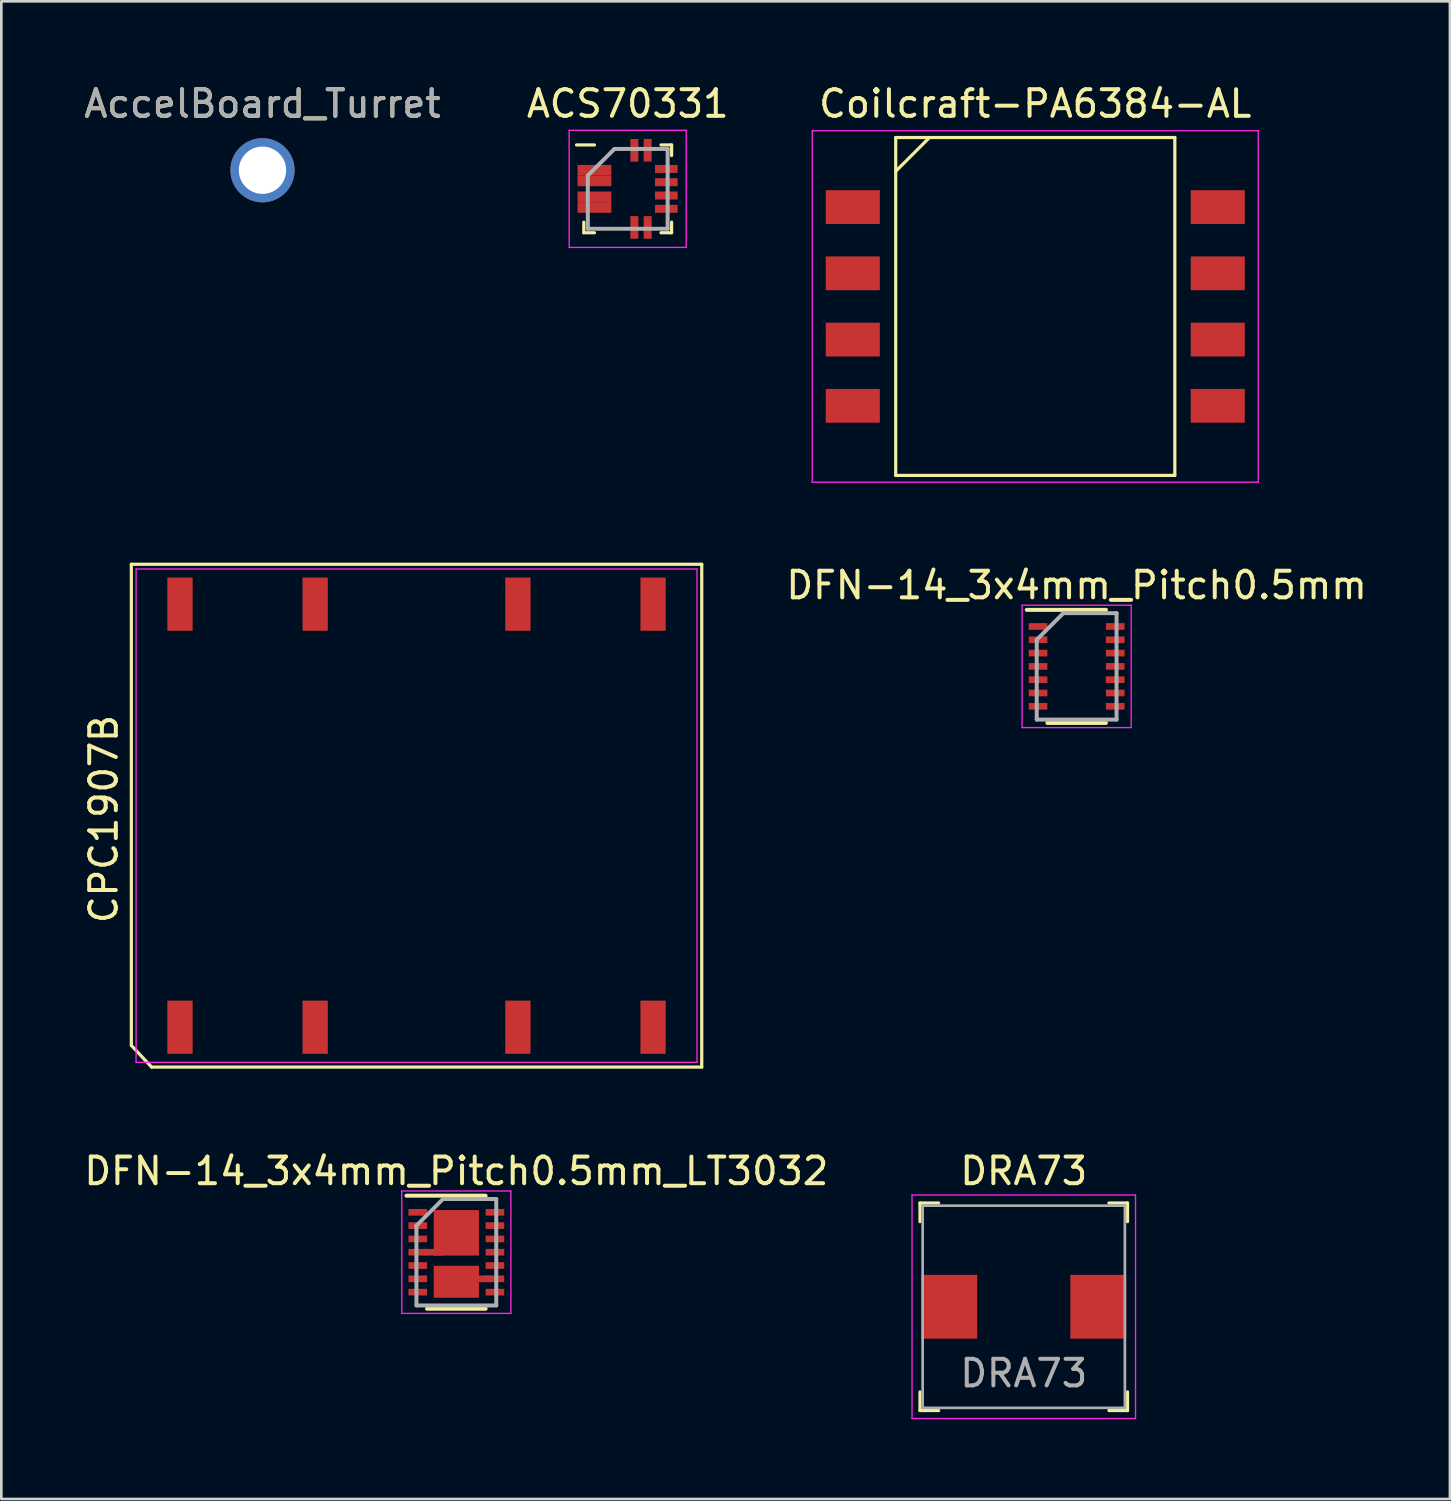
<source format=kicad_pcb>
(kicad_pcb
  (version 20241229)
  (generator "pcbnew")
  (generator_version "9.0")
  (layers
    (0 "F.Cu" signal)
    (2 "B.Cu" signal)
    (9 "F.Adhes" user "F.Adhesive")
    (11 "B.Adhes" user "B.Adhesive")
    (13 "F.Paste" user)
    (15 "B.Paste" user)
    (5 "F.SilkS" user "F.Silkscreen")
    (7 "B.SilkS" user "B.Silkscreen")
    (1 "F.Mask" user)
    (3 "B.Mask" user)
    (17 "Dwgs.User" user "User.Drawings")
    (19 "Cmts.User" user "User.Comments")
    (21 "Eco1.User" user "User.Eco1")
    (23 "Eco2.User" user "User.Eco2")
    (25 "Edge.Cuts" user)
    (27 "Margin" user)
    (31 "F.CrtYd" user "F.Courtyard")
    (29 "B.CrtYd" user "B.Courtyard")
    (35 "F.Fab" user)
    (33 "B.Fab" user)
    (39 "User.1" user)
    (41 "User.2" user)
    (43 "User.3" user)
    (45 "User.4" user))
  (footprint "Coilcraft-PA6384-AL"
    (layer "F.Cu")
    (at 35.859 8.468)
    (property "Reference" "Coilcraft-PA6384-AL" (at 0 -7.62 0) (layer "F.SilkS") (effects (font (size 1 1) (thickness 0.15))))
    (attr smd)
    (fp_line (start -5.245 -6.35) (end 5.245 -6.35) (stroke (width 0.12) (type solid)) (layer "F.SilkS"))
    (fp_line (start -5.245 -5.08) (end -3.975 -6.35) (stroke (width 0.12) (type solid)) (layer "F.SilkS"))
    (fp_line (start -5.245 6.35) (end -5.245 -6.35) (stroke (width 0.12) (type solid)) (layer "F.SilkS"))
    (fp_line (start 5.245 -6.35) (end 5.245 6.35) (stroke (width 0.12) (type solid)) (layer "F.SilkS"))
    (fp_line (start 5.245 6.35) (end -5.245 6.35) (stroke (width 0.12) (type solid)) (layer "F.SilkS"))
    (fp_line (start -8.382 -6.604) (end 8.382 -6.604) (stroke (width 0.05) (type solid)) (layer "F.CrtYd"))
    (fp_line (start -8.382 6.604) (end -8.382 -6.604) (stroke (width 0.05) (type solid)) (layer "F.CrtYd"))
    (fp_line (start 8.382 -6.604) (end 8.382 6.604) (stroke (width 0.05) (type solid)) (layer "F.CrtYd"))
    (fp_line (start 8.382 6.604) (end -8.382 6.604) (stroke (width 0.05) (type solid)) (layer "F.CrtYd"))
    (pad "1" smd rect (at -6.858 -3.734 270) (size 1.27 2.032) (layers "F.Cu" "F.Mask" "F.Paste"))
    (pad "2" smd rect (at -6.858 -1.245 270) (size 1.27 2.032) (layers "F.Cu" "F.Mask" "F.Paste"))
    (pad "3" smd rect (at -6.858 1.245 270) (size 1.27 2.032) (layers "F.Cu" "F.Mask" "F.Paste"))
    (pad "4" smd rect (at -6.858 3.734 270) (size 1.27 2.032) (layers "F.Cu" "F.Mask" "F.Paste"))
    (pad "5" smd rect (at 6.858 3.734 270) (size 1.27 2.032) (layers "F.Cu" "F.Mask" "F.Paste"))
    (pad "6" smd rect (at 6.858 1.245 270) (size 1.27 2.032) (layers "F.Cu" "F.Mask" "F.Paste"))
    (pad "7" smd rect (at 6.858 -1.245 270) (size 1.27 2.032) (layers "F.Cu" "F.Mask" "F.Paste"))
    (pad "8" smd rect (at 6.858 -3.734 270) (size 1.27 2.032) (layers "F.Cu" "F.Mask" "F.Paste")))
  (footprint "DRA73"
    (layer "F.Cu")
    (at 35.427 46.063)
    (property "Reference" "DRA73" (at 0 -5.1 0) (unlocked yes) (layer "F.SilkS") (effects (font (size 1 1) (thickness 0.15))))
    (attr smd)
    (fp_line (start -3.9 -3.9) (end -3.9 -3.2) (stroke (width 0.12) (type solid)) (layer "F.SilkS"))
    (fp_line (start -3.9 -3.9) (end -3.2 -3.9) (stroke (width 0.12) (type solid)) (layer "F.SilkS"))
    (fp_line (start -3.9 3.2) (end -3.9 3.9) (stroke (width 0.12) (type solid)) (layer "F.SilkS"))
    (fp_line (start -3.9 3.9) (end -3.2 3.9) (stroke (width 0.12) (type solid)) (layer "F.SilkS"))
    (fp_line (start 3.2 -3.9) (end 3.9 -3.9) (stroke (width 0.12) (type solid)) (layer "F.SilkS"))
    (fp_line (start 3.9 -3.9) (end 3.9 -3.2) (stroke (width 0.12) (type solid)) (layer "F.SilkS"))
    (fp_line (start 3.9 3.2) (end 3.9 3.9) (stroke (width 0.12) (type solid)) (layer "F.SilkS"))
    (fp_line (start 3.9 3.9) (end 3.2 3.9) (stroke (width 0.12) (type solid)) (layer "F.SilkS"))
    (fp_line (start -4.2 -4.2) (end -4.2 4.2) (stroke (width 0.05) (type solid)) (layer "F.CrtYd"))
    (fp_line (start -4.2 4.2) (end 4.2 4.2) (stroke (width 0.05) (type solid)) (layer "F.CrtYd"))
    (fp_line (start 4.2 -4.2) (end -4.2 -4.2) (stroke (width 0.05) (type solid)) (layer "F.CrtYd"))
    (fp_line (start 4.2 4.2) (end 4.2 -4.2) (stroke (width 0.05) (type solid)) (layer "F.CrtYd"))
    (fp_line (start -3.8 -3.8) (end -3.8 3.8) (stroke (width 0.1) (type solid)) (layer "F.Fab"))
    (fp_line (start -3.8 3.8) (end 3.8 3.8) (stroke (width 0.1) (type solid)) (layer "F.Fab"))
    (fp_line (start 3.8 -3.8) (end -3.8 -3.8) (stroke (width 0.1) (type solid)) (layer "F.Fab"))
    (fp_line (start 3.8 3.8) (end 3.8 -3.8) (stroke (width 0.1) (type solid)) (layer "F.Fab"))
    (fp_text user "${REFERENCE}" (at 0 2.5 0) (unlocked yes) (layer "F.Fab") (effects (font (size 1 1) (thickness 0.15))))
    (pad "1" smd rect (at -2.8 0) (size 2.1 2.4) (layers "F.Cu" "F.Mask" "F.Paste"))
    (pad "2" smd rect (at 2.8 0) (size 2.1 2.4) (layers "F.Cu" "F.Mask" "F.Paste")))
  (footprint "DFN-14_3x4mm_Pitch0.5mm"
    (layer "F.Cu")
    (at 37.414 21.995)
    (property "Reference" "DFN-14_3x4mm_Pitch0.5mm" (at 0 -3.05 0) (layer "F.SilkS") (effects (font (size 1 1) (thickness 0.15))))
    (attr smd)
    (fp_line (start -1.875 -2.125) (end 1.1 -2.125) (stroke (width 0.15) (type solid)) (layer "F.SilkS"))
    (fp_line (start -1.1 2.125) (end 1.1 2.125) (stroke (width 0.15) (type solid)) (layer "F.SilkS"))
    (fp_line (start -2.05 -2.3) (end -2.05 2.3) (stroke (width 0.05) (type solid)) (layer "F.CrtYd"))
    (fp_line (start -2.05 -2.3) (end 2.05 -2.3) (stroke (width 0.05) (type solid)) (layer "F.CrtYd"))
    (fp_line (start -2.05 2.3) (end 2.05 2.3) (stroke (width 0.05) (type solid)) (layer "F.CrtYd"))
    (fp_line (start 2.05 -2.3) (end 2.05 2.3) (stroke (width 0.05) (type solid)) (layer "F.CrtYd"))
    (fp_line (start -1.5 -1) (end -0.5 -2) (stroke (width 0.15) (type solid)) (layer "F.Fab"))
    (fp_line (start -1.5 2) (end -1.5 -1) (stroke (width 0.15) (type solid)) (layer "F.Fab"))
    (fp_line (start -0.5 -2) (end 1.5 -2) (stroke (width 0.15) (type solid)) (layer "F.Fab"))
    (fp_line (start 1.5 -2) (end 1.5 2) (stroke (width 0.15) (type solid)) (layer "F.Fab"))
    (fp_line (start 1.5 2) (end -1.5 2) (stroke (width 0.15) (type solid)) (layer "F.Fab"))
    (pad "1" smd rect (at -1.45 -1.5) (size 0.7 0.25) (layers "F.Cu" "F.Mask" "F.Paste"))
    (pad "2" smd rect (at -1.45 -1) (size 0.7 0.25) (layers "F.Cu" "F.Mask" "F.Paste"))
    (pad "3" smd rect (at -1.45 -0.5) (size 0.7 0.25) (layers "F.Cu" "F.Mask" "F.Paste"))
    (pad "4" smd rect (at -1.45 0) (size 0.7 0.25) (layers "F.Cu" "F.Mask" "F.Paste"))
    (pad "5" smd rect (at -1.45 0.5) (size 0.7 0.25) (layers "F.Cu" "F.Mask" "F.Paste"))
    (pad "6" smd rect (at -1.45 1) (size 0.7 0.25) (layers "F.Cu" "F.Mask" "F.Paste"))
    (pad "7" smd rect (at -1.45 1.5) (size 0.7 0.25) (layers "F.Cu" "F.Mask" "F.Paste"))
    (pad "8" smd rect (at 1.45 1.5) (size 0.7 0.25) (layers "F.Cu" "F.Mask" "F.Paste"))
    (pad "9" smd rect (at 1.45 1) (size 0.7 0.25) (layers "F.Cu" "F.Mask" "F.Paste"))
    (pad "10" smd rect (at 1.45 0.5) (size 0.7 0.25) (layers "F.Cu" "F.Mask" "F.Paste"))
    (pad "11" smd rect (at 1.45 0) (size 0.7 0.25) (layers "F.Cu" "F.Mask" "F.Paste"))
    (pad "12" smd rect (at 1.45 -0.5) (size 0.7 0.25) (layers "F.Cu" "F.Mask" "F.Paste"))
    (pad "13" smd rect (at 1.45 -1) (size 0.7 0.25) (layers "F.Cu" "F.Mask" "F.Paste"))
    (pad "14" smd rect (at 1.45 -1.5) (size 0.7 0.25) (layers "F.Cu" "F.Mask" "F.Paste")))
  (footprint "AccelBoard_Turret"
    (layer "F.Cu")
    (at 6.815 3.348)
    (property "Reference" "AccelBoard_Turret" (at 0 -2.5 0) (layer "F.SilkS") (effects (font (size 1 1) (thickness 0.15))))
    (attr exclude_from_pos_files exclude_from_bom)
    (fp_text user "${REFERENCE}" (at 0 -2.5 0) (layer "F.Fab") (effects (font (size 1 1) (thickness 0.15))))
    (pad "1" thru_hole circle (at 0 0) (size 2.413 2.413) (drill 1.778) (layers "*.Cu" "*.Mask")))
  (footprint "ACS70331"
    (layer "F.Cu")
    (at 20.542 4.048)
    (property "Reference" "ACS70331" (at 0 -3.2 0) (layer "F.SilkS") (effects (font (size 1 1) (thickness 0.15))))
    (attr smd)
    (fp_line (start -1.65 1.65) (end -1.65 1.25) (stroke (width 0.12) (type solid)) (layer "F.SilkS"))
    (fp_line (start -1.25 -1.65) (end -1.925 -1.65) (stroke (width 0.12) (type solid)) (layer "F.SilkS"))
    (fp_line (start -1.25 1.65) (end -1.65 1.65) (stroke (width 0.12) (type solid)) (layer "F.SilkS"))
    (fp_line (start 1.25 -1.65) (end 1.65 -1.65) (stroke (width 0.12) (type solid)) (layer "F.SilkS"))
    (fp_line (start 1.25 1.65) (end 1.65 1.65) (stroke (width 0.12) (type solid)) (layer "F.SilkS"))
    (fp_line (start 1.65 -1.65) (end 1.65 -1.25) (stroke (width 0.12) (type solid)) (layer "F.SilkS"))
    (fp_line (start 1.65 1.65) (end 1.65 1.25) (stroke (width 0.12) (type solid)) (layer "F.SilkS"))
    (fp_line (start -2.2 -2.2) (end 2.2 -2.2) (stroke (width 0.05) (type solid)) (layer "F.CrtYd"))
    (fp_line (start -2.2 2.2) (end -2.2 -2.2) (stroke (width 0.05) (type solid)) (layer "F.CrtYd"))
    (fp_line (start 2.2 -2.2) (end 2.2 2.2) (stroke (width 0.05) (type solid)) (layer "F.CrtYd"))
    (fp_line (start 2.2 2.2) (end -2.2 2.2) (stroke (width 0.05) (type solid)) (layer "F.CrtYd"))
    (fp_line (start -1.5 -0.5) (end -1.5 1.5) (stroke (width 0.15) (type solid)) (layer "F.Fab"))
    (fp_line (start -1.5 1.5) (end 1.5 1.5) (stroke (width 0.15) (type solid)) (layer "F.Fab"))
    (fp_line (start -0.5 -1.5) (end -1.5 -0.5) (stroke (width 0.15) (type solid)) (layer "F.Fab"))
    (fp_line (start 1.5 -1.5) (end -0.5 -1.5) (stroke (width 0.15) (type solid)) (layer "F.Fab"))
    (fp_line (start 1.5 1.5) (end 1.5 -1.5) (stroke (width 0.15) (type solid)) (layer "F.Fab"))
    (pad "1" smd rect (at -1.25 -0.7 90) (size 0.4 1.27) (layers "F.Cu" "F.Mask" "F.Paste"))
    (pad "2" smd rect (at -1.25 -0.3 90) (size 0.4 1.27) (layers "F.Cu" "F.Mask" "F.Paste"))
    (pad "3" smd rect (at -1.25 0.3 90) (size 0.4 1.27) (layers "F.Cu" "F.Mask" "F.Paste"))
    (pad "4" smd rect (at -1.25 0.7 90) (size 0.4 1.27) (layers "F.Cu" "F.Mask" "F.Paste"))
    (pad "5" smd rect (at 0.25 1.45) (size 0.3 0.85) (layers "F.Cu" "F.Mask" "F.Paste"))
    (pad "6" smd rect (at 0.75 1.45) (size 0.3 0.85) (layers "F.Cu" "F.Mask" "F.Paste"))
    (pad "7" smd rect (at 1.45 0.75 90) (size 0.3 0.85) (layers "F.Cu" "F.Mask" "F.Paste"))
    (pad "8" smd rect (at 1.45 0.25 90) (size 0.3 0.85) (layers "F.Cu" "F.Mask" "F.Paste"))
    (pad "9" smd rect (at 1.45 -0.25 90) (size 0.3 0.85) (layers "F.Cu" "F.Mask" "F.Paste"))
    (pad "10" smd rect (at 1.45 -0.75 90) (size 0.3 0.85) (layers "F.Cu" "F.Mask" "F.Paste"))
    (pad "11" smd rect (at 0.75 -1.45) (size 0.3 0.85) (layers "F.Cu" "F.Mask" "F.Paste"))
    (pad "12" smd rect (at 0.25 -1.45) (size 0.3 0.85) (layers "F.Cu" "F.Mask" "F.Paste")))
  (footprint "CPC1907B"
    (layer "F.Cu")
    (at 12.605 27.606)
    (property "Reference" "CPC1907B" (at -11.757 0.127 90) (layer "F.SilkS") (effects (font (size 1 1) (thickness 0.15))))
    (attr smd)
    (fp_line (start -10.719 -9.449) (end 10.719 -9.449) (stroke (width 0.12) (type solid)) (layer "F.SilkS"))
    (fp_line (start -10.719 8.636) (end -10.719 -9.449) (stroke (width 0.12) (type solid)) (layer "F.SilkS"))
    (fp_line (start -9.957 9.449) (end -10.719 8.636) (stroke (width 0.12) (type solid)) (layer "F.SilkS"))
    (fp_line (start 10.719 -9.449) (end 10.719 9.449) (stroke (width 0.12) (type solid)) (layer "F.SilkS"))
    (fp_line (start 10.719 9.449) (end -9.957 9.449) (stroke (width 0.12) (type solid)) (layer "F.SilkS"))
    (fp_line (start -10.541 -9.271) (end 10.541 -9.271) (stroke (width 0.05) (type solid)) (layer "F.CrtYd"))
    (fp_line (start -10.541 9.271) (end -10.541 -9.271) (stroke (width 0.05) (type solid)) (layer "F.CrtYd"))
    (fp_line (start 10.541 -9.271) (end 10.541 9.271) (stroke (width 0.05) (type solid)) (layer "F.CrtYd"))
    (fp_line (start 10.541 9.271) (end -10.541 9.271) (stroke (width 0.05) (type solid)) (layer "F.CrtYd"))
    (pad "1" smd rect (at -8.89 7.95) (size 0.95 2) (layers "F.Cu" "F.Mask" "F.Paste"))
    (pad "2" smd rect (at -3.81 7.95) (size 0.95 2) (layers "F.Cu" "F.Mask" "F.Paste"))
    (pad "3" smd rect (at 3.81 7.95) (size 0.95 2) (layers "F.Cu" "F.Mask" "F.Paste"))
    (pad "4" smd rect (at 8.89 7.95) (size 0.95 2) (layers "F.Cu" "F.Mask" "F.Paste"))
    (pad "5" smd rect (at 8.89 -7.95) (size 0.95 2) (layers "F.Cu" "F.Mask" "F.Paste"))
    (pad "6" smd rect (at 3.81 -7.95) (size 0.95 2) (layers "F.Cu" "F.Mask" "F.Paste"))
    (pad "7" smd rect (at -3.81 -7.95) (size 0.95 2) (layers "F.Cu" "F.Mask" "F.Paste"))
    (pad "8" smd rect (at -8.89 -7.95) (size 0.95 2) (layers "F.Cu" "F.Mask" "F.Paste")))
  (footprint "DFN-14_3x4mm_Pitch0.5mm_LT3032"
    (layer "F.Cu")
    (at 14.101 44.013)
    (property "Reference" "DFN-14_3x4mm_Pitch0.5mm_LT3032" (at 0 -3.05 0) (layer "F.SilkS") (effects (font (size 1 1) (thickness 0.15))))
    (attr smd)
    (fp_line (start -1.875 -2.125) (end 1.1 -2.125) (stroke (width 0.15) (type solid)) (layer "F.SilkS"))
    (fp_line (start -1.1 2.125) (end 1.1 2.125) (stroke (width 0.15) (type solid)) (layer "F.SilkS"))
    (fp_line (start -2.05 -2.3) (end -2.05 2.3) (stroke (width 0.05) (type solid)) (layer "F.CrtYd"))
    (fp_line (start -2.05 -2.3) (end 2.05 -2.3) (stroke (width 0.05) (type solid)) (layer "F.CrtYd"))
    (fp_line (start -2.05 2.3) (end 2.05 2.3) (stroke (width 0.05) (type solid)) (layer "F.CrtYd"))
    (fp_line (start 2.05 -2.3) (end 2.05 2.3) (stroke (width 0.05) (type solid)) (layer "F.CrtYd"))
    (fp_line (start -1.5 -1) (end -0.5 -2) (stroke (width 0.15) (type solid)) (layer "F.Fab"))
    (fp_line (start -1.5 2) (end -1.5 -1) (stroke (width 0.15) (type solid)) (layer "F.Fab"))
    (fp_line (start -0.5 -2) (end 1.5 -2) (stroke (width 0.15) (type solid)) (layer "F.Fab"))
    (fp_line (start 1.5 -2) (end 1.5 2) (stroke (width 0.15) (type solid)) (layer "F.Fab"))
    (fp_line (start 1.5 2) (end -1.5 2) (stroke (width 0.15) (type solid)) (layer "F.Fab"))
    (pad "1" smd rect (at -1.45 -1.5) (size 0.7 0.25) (layers "F.Cu" "F.Mask" "F.Paste"))
    (pad "2" smd rect (at -1.45 -1) (size 0.7 0.25) (layers "F.Cu" "F.Mask" "F.Paste"))
    (pad "3" smd rect (at -1.45 -0.5) (size 0.7 0.25) (layers "F.Cu" "F.Mask" "F.Paste"))
    (pad "4" smd rect (at -1.45 0) (size 0.7 0.25) (layers "F.Cu" "F.Mask" "F.Paste"))
    (pad "4" smd rect (at -0.84 0) (size 0.7 0.25) (layers "F.Cu" "F.Mask" "F.Paste"))
    (pad "4" smd rect (at 0 -0.73) (size 1.7 1.71) (layers "F.Cu" "F.Mask" "F.Paste"))
    (pad "5" smd rect (at -1.45 0.5) (size 0.7 0.25) (layers "F.Cu" "F.Mask" "F.Paste"))
    (pad "6" smd rect (at -1.45 1) (size 0.7 0.25) (layers "F.Cu" "F.Mask" "F.Paste"))
    (pad "7" smd rect (at -1.45 1.5) (size 0.7 0.25) (layers "F.Cu" "F.Mask" "F.Paste"))
    (pad "8" smd rect (at 1.45 1.5) (size 0.7 0.25) (layers "F.Cu" "F.Mask" "F.Paste"))
    (pad "9" smd rect (at 0 1.11) (size 1.7 1.2) (layers "F.Cu" "F.Mask" "F.Paste"))
    (pad "9" smd rect (at 0.97 1) (size 0.7 0.25) (layers "F.Cu" "F.Mask" "F.Paste"))
    (pad "9" smd rect (at 1.45 1) (size 0.7 0.25) (layers "F.Cu" "F.Mask" "F.Paste"))
    (pad "10" smd rect (at 1.45 0.5) (size 0.7 0.25) (layers "F.Cu" "F.Mask" "F.Paste"))
    (pad "11" smd rect (at 1.45 0) (size 0.7 0.25) (layers "F.Cu" "F.Mask" "F.Paste"))
    (pad "12" smd rect (at 1.45 -0.5) (size 0.7 0.25) (layers "F.Cu" "F.Mask" "F.Paste"))
    (pad "13" smd rect (at 1.45 -1) (size 0.7 0.25) (layers "F.Cu" "F.Mask" "F.Paste"))
    (pad "14" smd rect (at 1.45 -1.5) (size 0.7 0.25) (layers "F.Cu" "F.Mask" "F.Paste")))
  (gr_rect
    (start -3 -3)
    (end 51.444 53.288)
    (stroke (width 0.1) (type default))
    (fill no)
    (layer "Edge.Cuts")))
</source>
